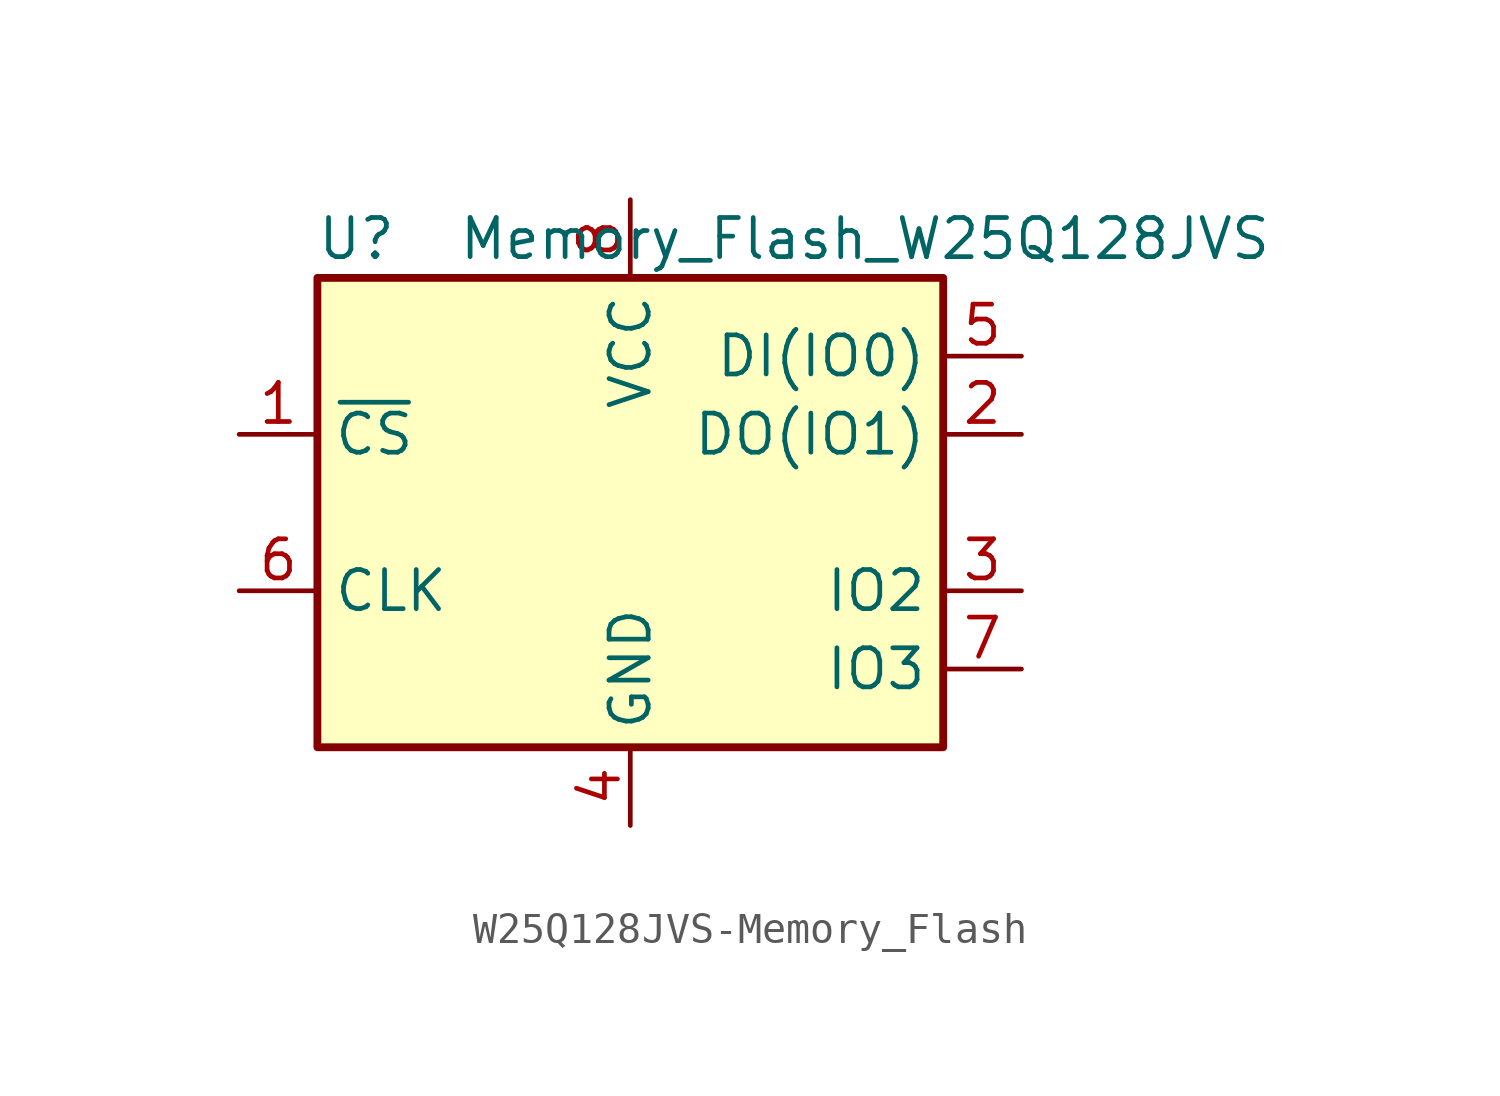
<source format=kicad_sym>
(kicad_symbol_lib
  (version 20220914)
  (generator kicad_symbol_editor)
  (symbol "W25Q128JVS-Memory_Flash"
    (property "Reference" "U"
      (at -8.89 8.89 0)
      (effects (font (size 1.27 1.27))))
    (property "Value" "Memory_Flash_W25Q128JVS"
      (at 7.62 8.89 0)
      (effects (font (size 1.27 1.27))))
    (symbol "W25Q128JVS-Memory_Flash_0_1"
      (rectangle (start -10.16 7.62) (end 10.16 -7.62) (stroke (width 0.254) (type solid)) (fill (type background))))
    (symbol "W25Q128JVS-Memory_Flash_1_1"
      (pin input line (at -12.7 2.54 0) (length 2.54) (name "~{CS}" (effects (font (size 1.27 1.27)))) (number "1" (effects (font (size 1.27 1.27)))))
      (pin bidirectional line (at 12.7 2.54 180) (length 2.54) (name "DO(IO1)" (effects (font (size 1.27 1.27)))) (number "2" (effects (font (size 1.27 1.27)))))
      (pin bidirectional line (at 12.7 -2.54 180) (length 2.54) (name "IO2" (effects (font (size 1.27 1.27)))) (number "3" (effects (font (size 1.27 1.27)))))
      (pin power_in line (at 0 -10.16 90) (length 2.54) (name "GND" (effects (font (size 1.27 1.27)))) (number "4" (effects (font (size 1.27 1.27)))))
      (pin bidirectional line (at 12.7 5.08 180) (length 2.54) (name "DI(IO0)" (effects (font (size 1.27 1.27)))) (number "5" (effects (font (size 1.27 1.27)))))
      (pin input line (at -12.7 -2.54 0) (length 2.54) (name "CLK" (effects (font (size 1.27 1.27)))) (number "6" (effects (font (size 1.27 1.27)))))
      (pin bidirectional line (at 12.7 -5.08 180) (length 2.54) (name "IO3" (effects (font (size 1.27 1.27)))) (number "7" (effects (font (size 1.27 1.27)))))
      (pin power_in line (at 0 10.16 270) (length 2.54) (name "VCC" (effects (font (size 1.27 1.27)))) (number "8" (effects (font (size 1.27 1.27))))))))
</source>
